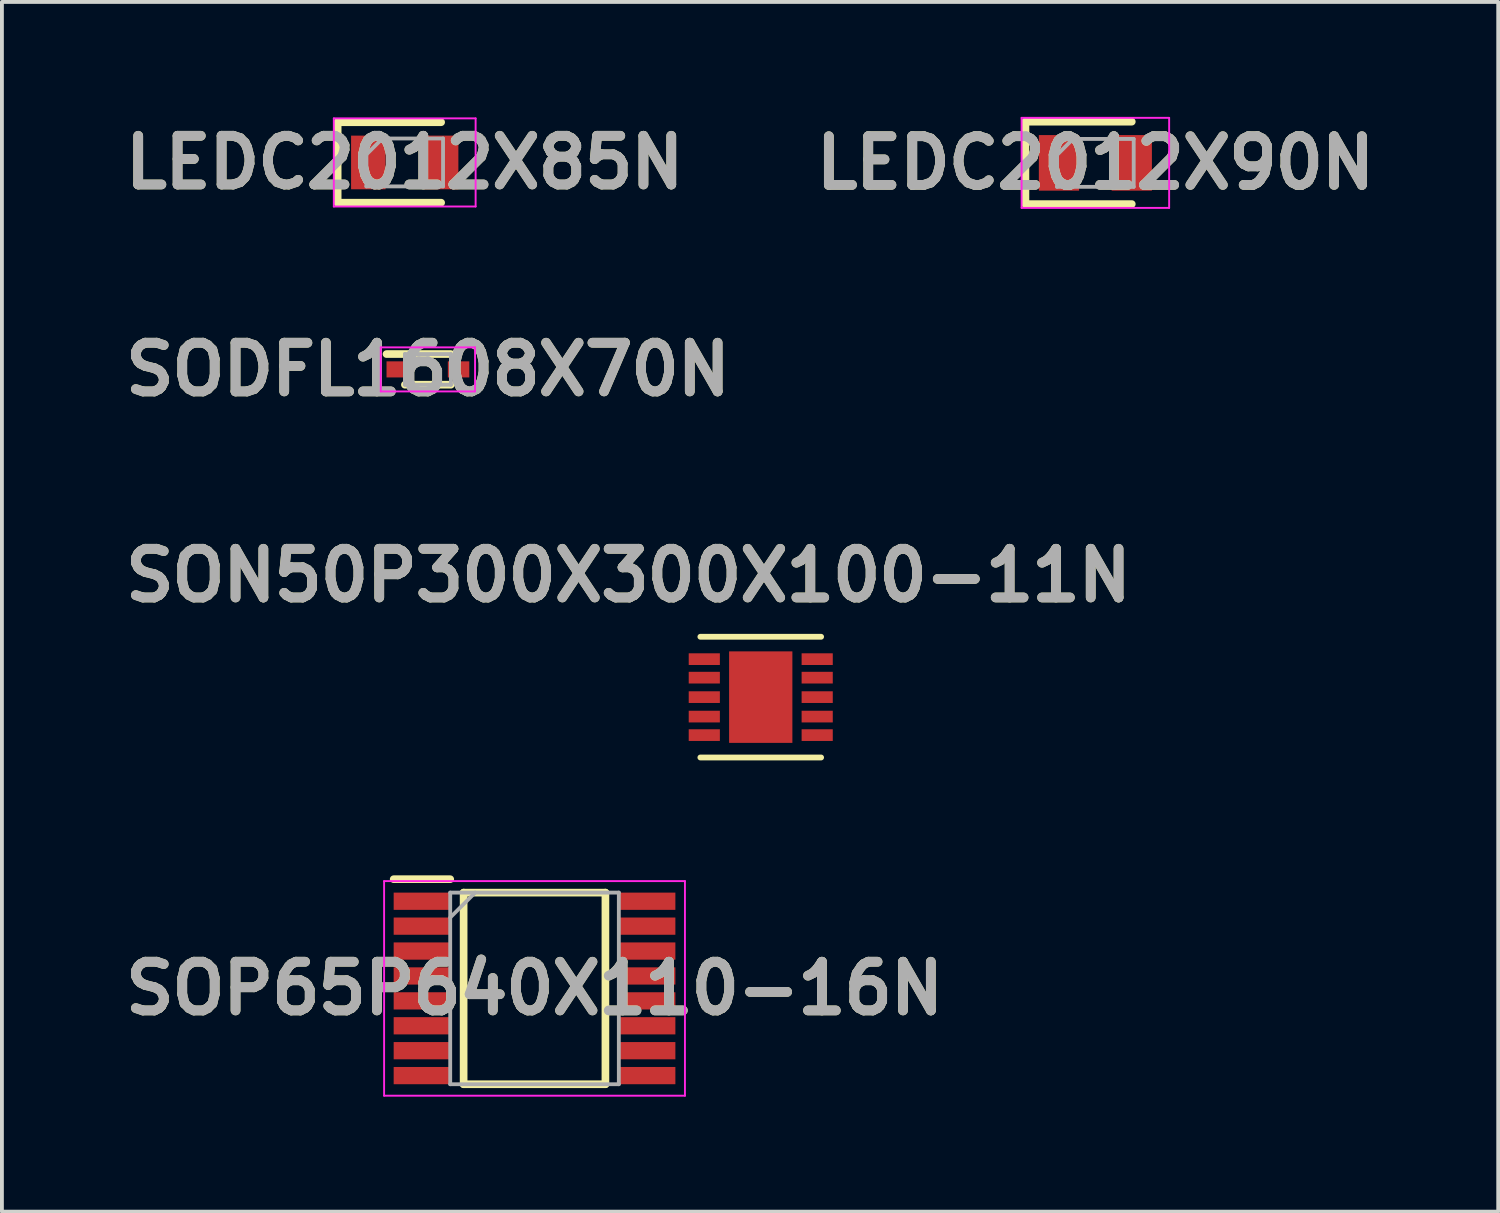
<source format=kicad_pcb>
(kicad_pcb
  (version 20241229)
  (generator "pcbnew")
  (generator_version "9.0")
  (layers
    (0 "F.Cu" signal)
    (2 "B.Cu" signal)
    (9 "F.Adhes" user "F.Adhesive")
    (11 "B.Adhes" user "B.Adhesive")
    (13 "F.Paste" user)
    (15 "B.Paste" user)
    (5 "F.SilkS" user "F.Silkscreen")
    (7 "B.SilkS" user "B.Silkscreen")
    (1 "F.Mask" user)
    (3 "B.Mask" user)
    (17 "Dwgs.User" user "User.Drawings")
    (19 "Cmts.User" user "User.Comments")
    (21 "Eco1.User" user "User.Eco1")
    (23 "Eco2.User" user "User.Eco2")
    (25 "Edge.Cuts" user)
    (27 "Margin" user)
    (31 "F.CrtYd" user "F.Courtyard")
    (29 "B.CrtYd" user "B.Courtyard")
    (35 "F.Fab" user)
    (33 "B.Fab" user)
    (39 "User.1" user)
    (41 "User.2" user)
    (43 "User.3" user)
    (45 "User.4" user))
  (footprint "SOP65P640X110-16N"
    (layer "F.Cu")
    (at 10.898 22.742)
    (property "Reference" "SOP65P640X110-16N" (at 0 0 0) (layer "F.SilkS") (effects (font (size 1.27 1.27) (thickness 0.254))))
    (attr smd)
    (fp_line (start -3.675 -2.85) (end -2.2 -2.85) (stroke (width 0.2) (type solid)) (layer "F.SilkS"))
    (fp_line (start -1.85 -2.5) (end 1.85 -2.5) (stroke (width 0.2) (type solid)) (layer "F.SilkS"))
    (fp_line (start -1.85 2.5) (end -1.85 -2.5) (stroke (width 0.2) (type solid)) (layer "F.SilkS"))
    (fp_line (start 1.85 -2.5) (end 1.85 2.5) (stroke (width 0.2) (type solid)) (layer "F.SilkS"))
    (fp_line (start 1.85 2.5) (end -1.85 2.5) (stroke (width 0.2) (type solid)) (layer "F.SilkS"))
    (fp_line (start -3.925 -2.8) (end 3.925 -2.8) (stroke (width 0.05) (type solid)) (layer "F.CrtYd"))
    (fp_line (start -3.925 2.8) (end -3.925 -2.8) (stroke (width 0.05) (type solid)) (layer "F.CrtYd"))
    (fp_line (start 3.925 -2.8) (end 3.925 2.8) (stroke (width 0.05) (type solid)) (layer "F.CrtYd"))
    (fp_line (start 3.925 2.8) (end -3.925 2.8) (stroke (width 0.05) (type solid)) (layer "F.CrtYd"))
    (fp_line (start -2.2 -2.5) (end 2.2 -2.5) (stroke (width 0.1) (type solid)) (layer "F.Fab"))
    (fp_line (start -2.2 -1.85) (end -1.55 -2.5) (stroke (width 0.1) (type solid)) (layer "F.Fab"))
    (fp_line (start -2.2 2.5) (end -2.2 -2.5) (stroke (width 0.1) (type solid)) (layer "F.Fab"))
    (fp_line (start 2.2 -2.5) (end 2.2 2.5) (stroke (width 0.1) (type solid)) (layer "F.Fab"))
    (fp_line (start 2.2 2.5) (end -2.2 2.5) (stroke (width 0.1) (type solid)) (layer "F.Fab"))
    (fp_text user "${REFERENCE}" (at 0 0 0) (layer "F.Fab") (effects (font (size 1.27 1.27) (thickness 0.254))))
    (pad "1" smd rect (at -2.938 -2.275 90) (size 0.45 1.475) (layers "F.Cu" "F.Mask" "F.Paste"))
    (pad "2" smd rect (at -2.938 -1.625 90) (size 0.45 1.475) (layers "F.Cu" "F.Mask" "F.Paste"))
    (pad "3" smd rect (at -2.938 -0.975 90) (size 0.45 1.475) (layers "F.Cu" "F.Mask" "F.Paste"))
    (pad "4" smd rect (at -2.938 -0.325 90) (size 0.45 1.475) (layers "F.Cu" "F.Mask" "F.Paste"))
    (pad "5" smd rect (at -2.938 0.325 90) (size 0.45 1.475) (layers "F.Cu" "F.Mask" "F.Paste"))
    (pad "6" smd rect (at -2.938 0.975 90) (size 0.45 1.475) (layers "F.Cu" "F.Mask" "F.Paste"))
    (pad "7" smd rect (at -2.938 1.625 90) (size 0.45 1.475) (layers "F.Cu" "F.Mask" "F.Paste"))
    (pad "8" smd rect (at -2.938 2.275 90) (size 0.45 1.475) (layers "F.Cu" "F.Mask" "F.Paste"))
    (pad "9" smd rect (at 2.938 2.275 90) (size 0.45 1.475) (layers "F.Cu" "F.Mask" "F.Paste"))
    (pad "10" smd rect (at 2.938 1.625 90) (size 0.45 1.475) (layers "F.Cu" "F.Mask" "F.Paste"))
    (pad "11" smd rect (at 2.938 0.975 90) (size 0.45 1.475) (layers "F.Cu" "F.Mask" "F.Paste"))
    (pad "12" smd rect (at 2.938 0.325 90) (size 0.45 1.475) (layers "F.Cu" "F.Mask" "F.Paste"))
    (pad "13" smd rect (at 2.938 -0.325 90) (size 0.45 1.475) (layers "F.Cu" "F.Mask" "F.Paste"))
    (pad "14" smd rect (at 2.938 -0.975 90) (size 0.45 1.475) (layers "F.Cu" "F.Mask" "F.Paste"))
    (pad "15" smd rect (at 2.938 -1.625 90) (size 0.45 1.475) (layers "F.Cu" "F.Mask" "F.Paste"))
    (pad "16" smd rect (at 2.938 -2.275 90) (size 0.45 1.475) (layers "F.Cu" "F.Mask" "F.Paste")))
  (footprint "SODFL1608X70N"
    (layer "F.Cu")
    (at 8.116 6.589)
    (property "Reference" "SODFL1608X70N" (at 0 0 0) (layer "F.SilkS") (effects (font (size 1.27 1.27) (thickness 0.254))))
    (attr smd)
    (fp_line (start -1.08 -0.4) (end 0.6 -0.4) (stroke (width 0.2) (type solid)) (layer "F.SilkS"))
    (fp_line (start -0.6 0.4) (end 0.6 0.4) (stroke (width 0.2) (type solid)) (layer "F.SilkS"))
    (fp_line (start -1.23 -0.575) (end 1.23 -0.575) (stroke (width 0.05) (type solid)) (layer "F.CrtYd"))
    (fp_line (start -1.23 0.575) (end -1.23 -0.575) (stroke (width 0.05) (type solid)) (layer "F.CrtYd"))
    (fp_line (start 1.23 -0.575) (end 1.23 0.575) (stroke (width 0.05) (type solid)) (layer "F.CrtYd"))
    (fp_line (start 1.23 0.575) (end -1.23 0.575) (stroke (width 0.05) (type solid)) (layer "F.CrtYd"))
    (fp_line (start -0.6 -0.4) (end 0.6 -0.4) (stroke (width 0.1) (type solid)) (layer "F.Fab"))
    (fp_line (start -0.6 -0.12) (end -0.32 -0.4) (stroke (width 0.1) (type solid)) (layer "F.Fab"))
    (fp_line (start -0.6 0.4) (end -0.6 -0.4) (stroke (width 0.1) (type solid)) (layer "F.Fab"))
    (fp_line (start 0.6 -0.4) (end 0.6 0.4) (stroke (width 0.1) (type solid)) (layer "F.Fab"))
    (fp_line (start 0.6 0.4) (end -0.6 0.4) (stroke (width 0.1) (type solid)) (layer "F.Fab"))
    (fp_text user "${REFERENCE}" (at 0 0 0) (layer "F.Fab") (effects (font (size 1.27 1.27) (thickness 0.254))))
    (pad "1" smd rect (at -0.8 0 90) (size 0.42 0.56) (layers "F.Cu" "F.Mask" "F.Paste"))
    (pad "2" smd rect (at 0.8 0 90) (size 0.42 0.56) (layers "F.Cu" "F.Mask" "F.Paste")))
  (footprint "LEDC2012X90N"
    (layer "F.Cu")
    (at 25.533 1.2)
    (property "Reference" "LEDC2012X90N" (at 0 0 0) (layer "F.SilkS") (effects (font (size 1.27 1.27) (thickness 0.254))))
    (attr smd)
    (fp_line (start -1.825 -1.075) (end -1.825 1.075) (stroke (width 0.2) (type solid)) (layer "F.SilkS"))
    (fp_line (start -1.825 1.075) (end 0.95 1.075) (stroke (width 0.2) (type solid)) (layer "F.SilkS"))
    (fp_line (start 0.95 -1.075) (end -1.825 -1.075) (stroke (width 0.2) (type solid)) (layer "F.SilkS"))
    (fp_line (start -1.925 -1.175) (end 1.925 -1.175) (stroke (width 0.05) (type solid)) (layer "F.CrtYd"))
    (fp_line (start -1.925 1.175) (end -1.925 -1.175) (stroke (width 0.05) (type solid)) (layer "F.CrtYd"))
    (fp_line (start 1.925 -1.175) (end 1.925 1.175) (stroke (width 0.05) (type solid)) (layer "F.CrtYd"))
    (fp_line (start 1.925 1.175) (end -1.925 1.175) (stroke (width 0.05) (type solid)) (layer "F.CrtYd"))
    (fp_line (start -1 -0.625) (end 1 -0.625) (stroke (width 0.1) (type solid)) (layer "F.Fab"))
    (fp_line (start -1 -0.208) (end -0.583 -0.625) (stroke (width 0.1) (type solid)) (layer "F.Fab"))
    (fp_line (start -1 0.625) (end -1 -0.625) (stroke (width 0.1) (type solid)) (layer "F.Fab"))
    (fp_line (start 1 -0.625) (end 1 0.625) (stroke (width 0.1) (type solid)) (layer "F.Fab"))
    (fp_line (start 1 0.625) (end -1 0.625) (stroke (width 0.1) (type solid)) (layer "F.Fab"))
    (fp_text user "${REFERENCE}" (at 0 0 0) (layer "F.Fab") (effects (font (size 1.27 1.27) (thickness 0.254))))
    (pad "1" smd rect (at -0.95 0) (size 1.05 1.45) (layers "F.Cu" "F.Mask" "F.Paste"))
    (pad "2" smd rect (at 0.95 0) (size 1.05 1.45) (layers "F.Cu" "F.Mask" "F.Paste")))
  (footprint "LEDC2012X85N"
    (layer "F.Cu")
    (at 7.511 1.189)
    (property "Reference" "LEDC2012X85N" (at 0 0 0) (layer "F.SilkS") (effects (font (size 1.27 1.27) (thickness 0.254))))
    (attr smd)
    (fp_line (start -1.75 -1.05) (end -1.75 1.05) (stroke (width 0.2) (type solid)) (layer "F.SilkS"))
    (fp_line (start -1.75 1.05) (end 0.95 1.05) (stroke (width 0.2) (type solid)) (layer "F.SilkS"))
    (fp_line (start 0.95 -1.05) (end -1.75 -1.05) (stroke (width 0.2) (type solid)) (layer "F.SilkS"))
    (fp_line (start -1.85 -1.15) (end 1.85 -1.15) (stroke (width 0.05) (type solid)) (layer "F.CrtYd"))
    (fp_line (start -1.85 1.15) (end -1.85 -1.15) (stroke (width 0.05) (type solid)) (layer "F.CrtYd"))
    (fp_line (start 1.85 -1.15) (end 1.85 1.15) (stroke (width 0.05) (type solid)) (layer "F.CrtYd"))
    (fp_line (start 1.85 1.15) (end -1.85 1.15) (stroke (width 0.05) (type solid)) (layer "F.CrtYd"))
    (fp_line (start -1 -0.625) (end 1 -0.625) (stroke (width 0.1) (type solid)) (layer "F.Fab"))
    (fp_line (start -1 -0.208) (end -0.583 -0.625) (stroke (width 0.1) (type solid)) (layer "F.Fab"))
    (fp_line (start -1 0.625) (end -1 -0.625) (stroke (width 0.1) (type solid)) (layer "F.Fab"))
    (fp_line (start 1 -0.625) (end 1 0.625) (stroke (width 0.1) (type solid)) (layer "F.Fab"))
    (fp_line (start 1 0.625) (end -1 0.625) (stroke (width 0.1) (type solid)) (layer "F.Fab"))
    (fp_text user "${REFERENCE}" (at 0 0 0) (layer "F.Fab") (effects (font (size 1.27 1.27) (thickness 0.254))))
    (pad "1" smd rect (at -0.95 0) (size 0.9 1.4) (layers "F.Cu" "F.Mask" "F.Paste"))
    (pad "2" smd rect (at 0.95 0) (size 0.9 1.4) (layers "F.Cu" "F.Mask" "F.Paste")))
  (footprint "SON50P300X300X100-11N"
    (layer "F.Cu")
    (at 16.801 15.141)
    (property "Reference" "SON50P300X300X100-11N" (at -3.454 -3.175 0) (layer "F.SilkS") (effects (font (size 1.27 1.27) (thickness 0.254))))
    (attr smd)
    (fp_line (start -1.575 1.575) (end 1.575 1.575) (stroke (width 0.152) (type solid)) (layer "F.SilkS"))
    (fp_line (start 1.575 -1.575) (end -1.575 -1.575) (stroke (width 0.152) (type solid)) (layer "F.SilkS"))
    (fp_text user "${REFERENCE}" (at -3.454 -3.175 0) (layer "F.Fab") (effects (font (size 1.27 1.27) (thickness 0.254))))
    (pad "1" smd rect (at -1.473 -0.991 90) (size 0.305 0.813) (layers "F.Cu" "F.Mask" "F.Paste"))
    (pad "2" smd rect (at -1.473 -0.508 90) (size 0.305 0.813) (layers "F.Cu" "F.Mask" "F.Paste"))
    (pad "3" smd rect (at -1.473 0 90) (size 0.305 0.813) (layers "F.Cu" "F.Mask" "F.Paste"))
    (pad "4" smd rect (at -1.473 0.508 90) (size 0.305 0.813) (layers "F.Cu" "F.Mask" "F.Paste"))
    (pad "5" smd rect (at -1.473 0.991 90) (size 0.305 0.813) (layers "F.Cu" "F.Mask" "F.Paste"))
    (pad "6" smd rect (at 1.473 0.991 90) (size 0.305 0.813) (layers "F.Cu" "F.Mask" "F.Paste"))
    (pad "7" smd rect (at 1.473 0.508 90) (size 0.305 0.813) (layers "F.Cu" "F.Mask" "F.Paste"))
    (pad "8" smd rect (at 1.473 0 90) (size 0.305 0.813) (layers "F.Cu" "F.Mask" "F.Paste"))
    (pad "9" smd rect (at 1.473 -0.508 90) (size 0.305 0.813) (layers "F.Cu" "F.Mask" "F.Paste"))
    (pad "10" smd rect (at 1.473 -0.991 90) (size 0.305 0.813) (layers "F.Cu" "F.Mask" "F.Paste"))
    (pad "11" smd rect (at 0 0) (size 1.651 2.388) (layers "F.Cu" "F.Mask" "F.Paste")))
  (gr_rect
    (start -3 -3)
    (end 36.045 28.567)
    (stroke (width 0.1) (type default))
    (fill no)
    (layer "Edge.Cuts")))
</source>
